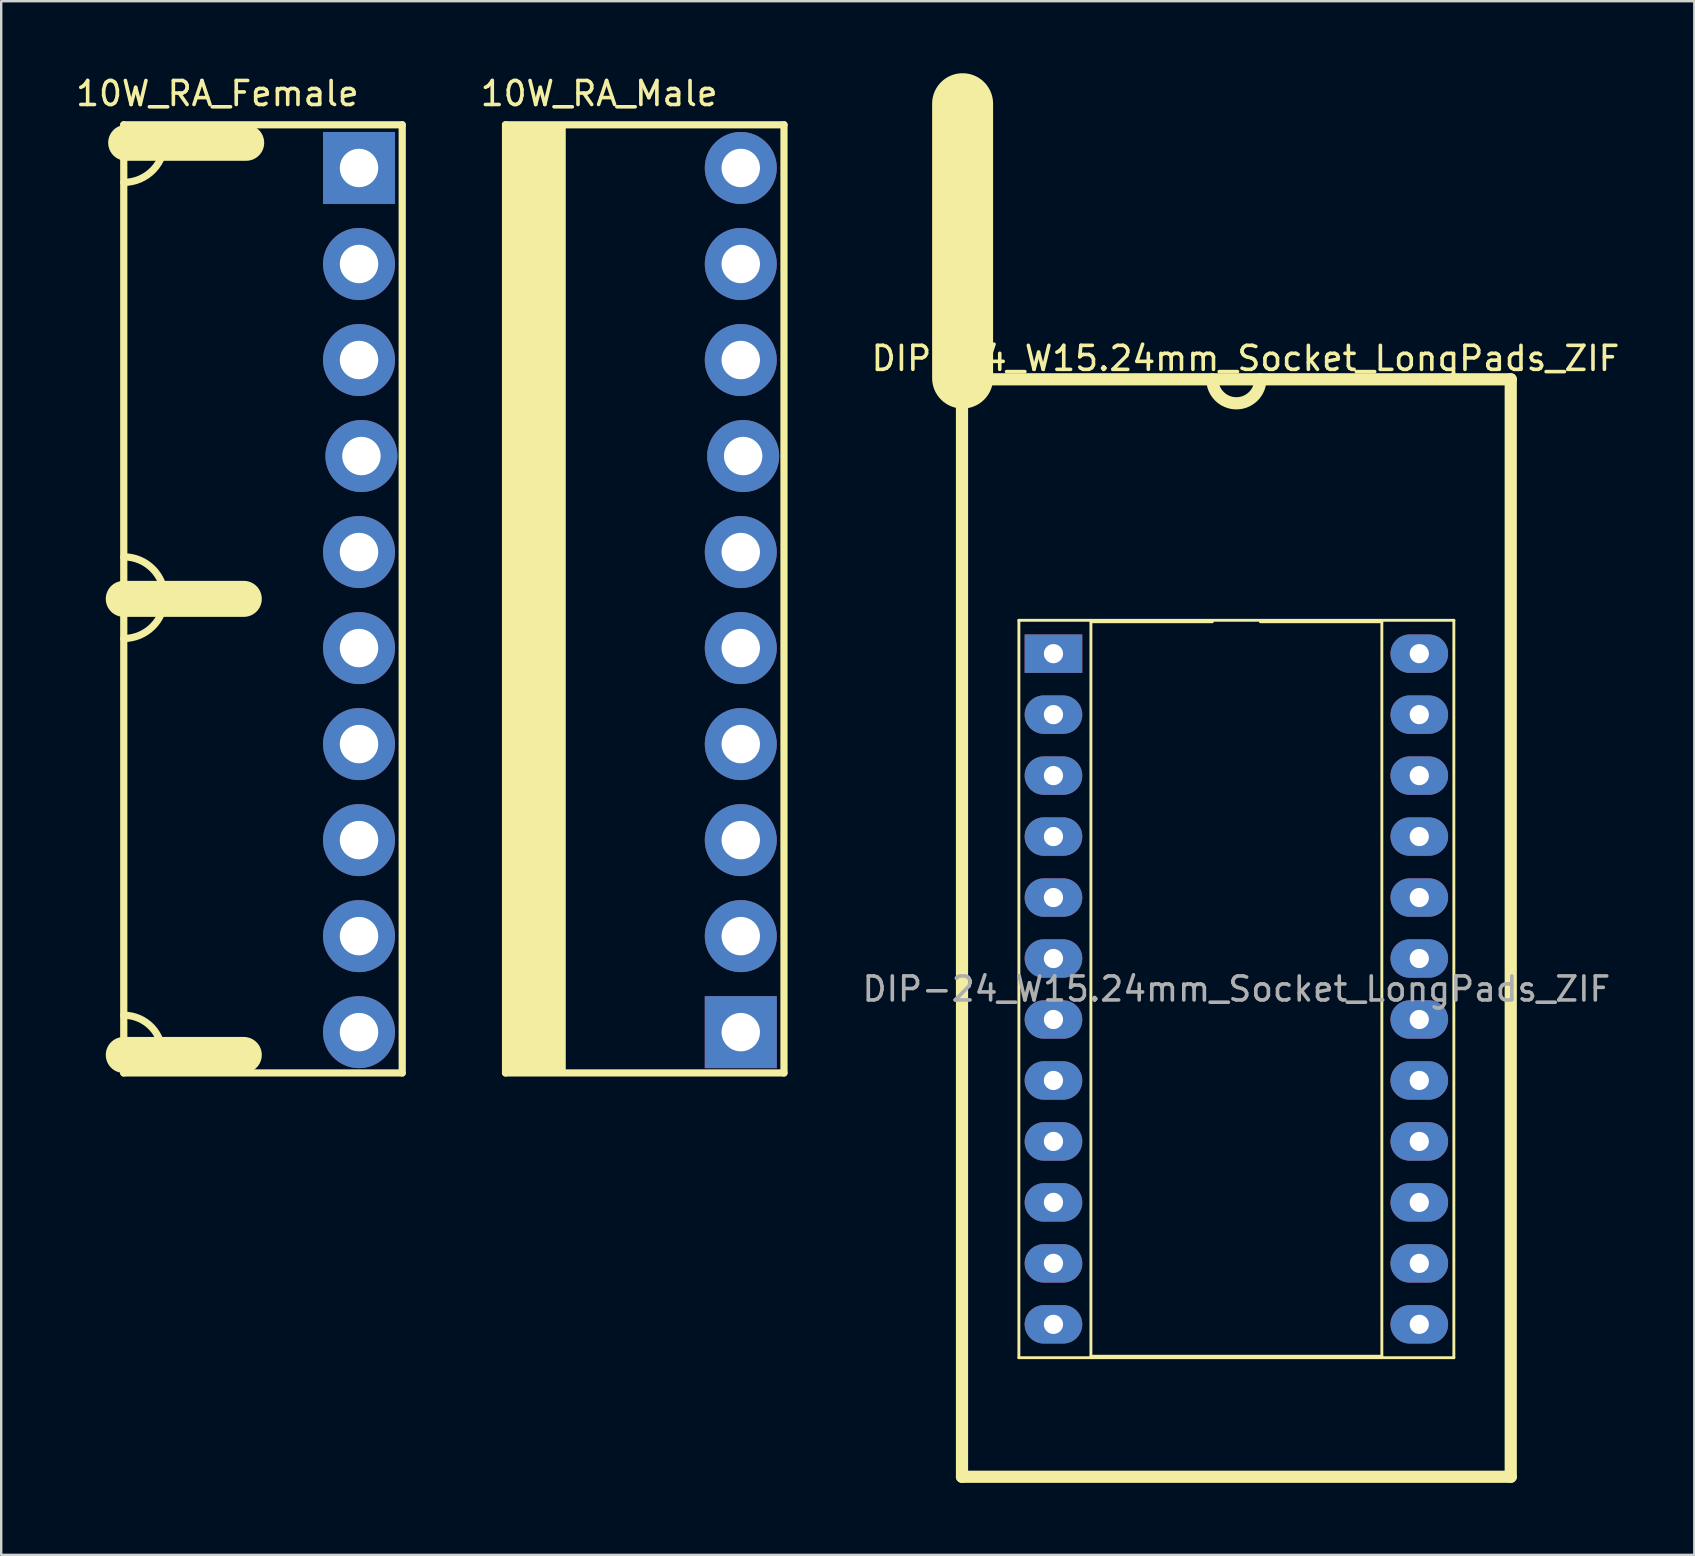
<source format=kicad_pcb>
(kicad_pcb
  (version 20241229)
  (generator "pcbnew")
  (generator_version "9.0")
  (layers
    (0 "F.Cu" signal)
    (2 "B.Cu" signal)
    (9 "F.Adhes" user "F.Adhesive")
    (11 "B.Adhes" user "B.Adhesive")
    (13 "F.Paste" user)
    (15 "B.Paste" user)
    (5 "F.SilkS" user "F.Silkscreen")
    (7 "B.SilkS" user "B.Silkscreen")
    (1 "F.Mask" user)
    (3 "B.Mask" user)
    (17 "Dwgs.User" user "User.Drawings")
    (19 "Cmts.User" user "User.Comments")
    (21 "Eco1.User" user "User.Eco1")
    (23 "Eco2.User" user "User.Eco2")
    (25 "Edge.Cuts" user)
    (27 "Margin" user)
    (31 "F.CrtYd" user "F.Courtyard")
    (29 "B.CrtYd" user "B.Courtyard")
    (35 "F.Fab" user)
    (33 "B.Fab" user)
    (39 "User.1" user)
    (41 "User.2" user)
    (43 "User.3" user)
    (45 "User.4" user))
  (footprint "10W_RA_Male"
    (layer "F.Cu")
    (at 27.81 3.948)
    (property "Reference" "10W_RA_Male" (at -5.9 -3.1 0) (layer "F.SilkS") (effects (font (size 1 1) (thickness 0.15))))
    (attr through_hole)
    (fp_line (start -9.8 -1.8) (end -9.8 37.7) (stroke (width 0.3) (type solid)) (layer "F.SilkS"))
    (fp_line (start -9.8 37.7) (end 1.8 37.7) (stroke (width 0.3) (type solid)) (layer "F.SilkS"))
    (fp_line (start 1.8 -1.8) (end -9.8 -1.8) (stroke (width 0.3) (type solid)) (layer "F.SilkS"))
    (fp_line (start 1.8 37.7) (end 1.8 -1.8) (stroke (width 0.3) (type solid)) (layer "F.SilkS"))
    (fp_poly (pts (xy -9.703 37.694) (xy -7.366 37.694) (xy -7.366 -1.727) (xy -9.855 -1.727) (xy -9.855 -1.651)) (stroke (width 0.15) (type solid)) (fill yes) (layer "F.SilkS"))
    (pad "1" thru_hole rect (at 0 36) (size 3 3) (drill 1.6) (layers "*.Cu" "*.Mask"))
    (pad "2" thru_hole circle (at 0 32) (size 3 3) (drill 1.6) (layers "*.Cu" "*.Mask"))
    (pad "3" thru_hole circle (at 0 28) (size 3 3) (drill 1.6) (layers "*.Cu" "*.Mask"))
    (pad "4" thru_hole circle (at 0 24) (size 3 3) (drill 1.6) (layers "*.Cu" "*.Mask"))
    (pad "5" thru_hole circle (at 0 20) (size 3 3) (drill 1.6) (layers "*.Cu" "*.Mask"))
    (pad "6" thru_hole circle (at 0 16) (size 3 3) (drill 1.6) (layers "*.Cu" "*.Mask"))
    (pad "7" thru_hole circle (at 0.1 12) (size 3 3) (drill 1.6) (layers "*.Cu" "*.Mask"))
    (pad "8" thru_hole circle (at 0 8) (size 3 3) (drill 1.6) (layers "*.Cu" "*.Mask"))
    (pad "9" thru_hole circle (at 0 4) (size 3 3) (drill 1.6) (layers "*.Cu" "*.Mask"))
    (pad "10" thru_hole circle (at 0 0) (size 3 3) (drill 1.6) (layers "*.Cu" "*.Mask")))
  (footprint "DIP-24_W15.24mm_Socket_LongPads_ZIF"
    (layer "F.Cu")
    (at 40.836 24.181)
    (property "Reference" "DIP-24_W15.24mm_Socket_LongPads_ZIF" (at 8 -12.3 0) (layer "F.SilkS") (effects (font (size 1 1) (thickness 0.15))))
    (attr through_hole)
    (fp_line (start -3.81 -11.43) (end -3.81 34.29) (stroke (width 0.508) (type solid)) (layer "F.SilkS"))
    (fp_line (start -3.81 -11.43) (end 19.05 -11.43) (stroke (width 0.508) (type solid)) (layer "F.SilkS"))
    (fp_line (start -3.81 34.29) (end 19.05 34.29) (stroke (width 0.508) (type solid)) (layer "F.SilkS"))
    (fp_line (start -3.785 -11.481) (end -3.785 -22.911) (stroke (width 2.54) (type solid)) (layer "F.SilkS"))
    (fp_line (start -1.44 -1.39) (end -1.44 29.33) (stroke (width 0.12) (type solid)) (layer "F.SilkS"))
    (fp_line (start -1.44 29.33) (end 16.68 29.33) (stroke (width 0.12) (type solid)) (layer "F.SilkS"))
    (fp_line (start 1.56 -1.33) (end 1.56 29.27) (stroke (width 0.12) (type solid)) (layer "F.SilkS"))
    (fp_line (start 1.56 29.27) (end 13.68 29.27) (stroke (width 0.12) (type solid)) (layer "F.SilkS"))
    (fp_line (start 6.62 -1.33) (end 1.56 -1.33) (stroke (width 0.12) (type solid)) (layer "F.SilkS"))
    (fp_line (start 13.68 -1.33) (end 8.62 -1.33) (stroke (width 0.12) (type solid)) (layer "F.SilkS"))
    (fp_line (start 13.68 29.27) (end 13.68 -1.33) (stroke (width 0.12) (type solid)) (layer "F.SilkS"))
    (fp_line (start 16.68 -1.39) (end -1.44 -1.39) (stroke (width 0.12) (type solid)) (layer "F.SilkS"))
    (fp_line (start 16.68 29.33) (end 16.68 -1.39) (stroke (width 0.12) (type solid)) (layer "F.SilkS"))
    (fp_line (start 19.05 -11.43) (end 19.05 34.29) (stroke (width 0.508) (type solid)) (layer "F.SilkS"))
    (fp_arc (start 8.62 -11.43) (mid 7.62 -10.43) (end 6.62 -11.43) (stroke (width 0.508) (type solid)) (layer "F.SilkS"))
    (fp_text user "${REFERENCE}" (at 7.62 13.97 0) (layer "F.Fab") (effects (font (size 1 1) (thickness 0.15))))
    (pad "1" thru_hole rect (at 0 0) (size 2.4 1.6) (drill 0.8) (layers "*.Cu" "*.Mask"))
    (pad "2" thru_hole oval (at 0 2.54) (size 2.4 1.6) (drill 0.8) (layers "*.Cu" "*.Mask"))
    (pad "3" thru_hole oval (at 0 5.08) (size 2.4 1.6) (drill 0.8) (layers "*.Cu" "*.Mask"))
    (pad "4" thru_hole oval (at 0 7.62) (size 2.4 1.6) (drill 0.8) (layers "*.Cu" "*.Mask"))
    (pad "5" thru_hole oval (at 0 10.16) (size 2.4 1.6) (drill 0.8) (layers "*.Cu" "*.Mask"))
    (pad "6" thru_hole oval (at 0 12.7) (size 2.4 1.6) (drill 0.8) (layers "*.Cu" "*.Mask"))
    (pad "7" thru_hole oval (at 0 15.24) (size 2.4 1.6) (drill 0.8) (layers "*.Cu" "*.Mask"))
    (pad "8" thru_hole oval (at 0 17.78) (size 2.4 1.6) (drill 0.8) (layers "*.Cu" "*.Mask"))
    (pad "9" thru_hole oval (at 0 20.32) (size 2.4 1.6) (drill 0.8) (layers "*.Cu" "*.Mask"))
    (pad "10" thru_hole oval (at 0 22.86) (size 2.4 1.6) (drill 0.8) (layers "*.Cu" "*.Mask"))
    (pad "11" thru_hole oval (at 0 25.4) (size 2.4 1.6) (drill 0.8) (layers "*.Cu" "*.Mask"))
    (pad "12" thru_hole oval (at 0 27.94) (size 2.4 1.6) (drill 0.8) (layers "*.Cu" "*.Mask"))
    (pad "13" thru_hole oval (at 15.24 27.94) (size 2.4 1.6) (drill 0.8) (layers "*.Cu" "*.Mask"))
    (pad "14" thru_hole oval (at 15.24 25.4) (size 2.4 1.6) (drill 0.8) (layers "*.Cu" "*.Mask"))
    (pad "15" thru_hole oval (at 15.24 22.86) (size 2.4 1.6) (drill 0.8) (layers "*.Cu" "*.Mask"))
    (pad "16" thru_hole oval (at 15.24 20.32) (size 2.4 1.6) (drill 0.8) (layers "*.Cu" "*.Mask"))
    (pad "17" thru_hole oval (at 15.24 17.78) (size 2.4 1.6) (drill 0.8) (layers "*.Cu" "*.Mask"))
    (pad "18" thru_hole oval (at 15.24 15.24) (size 2.4 1.6) (drill 0.8) (layers "*.Cu" "*.Mask"))
    (pad "19" thru_hole oval (at 15.24 12.7) (size 2.4 1.6) (drill 0.8) (layers "*.Cu" "*.Mask"))
    (pad "20" thru_hole oval (at 15.24 10.16) (size 2.4 1.6) (drill 0.8) (layers "*.Cu" "*.Mask"))
    (pad "21" thru_hole oval (at 15.24 7.62) (size 2.4 1.6) (drill 0.8) (layers "*.Cu" "*.Mask"))
    (pad "22" thru_hole oval (at 15.24 5.08) (size 2.4 1.6) (drill 0.8) (layers "*.Cu" "*.Mask"))
    (pad "23" thru_hole oval (at 15.24 2.54) (size 2.4 1.6) (drill 0.8) (layers "*.Cu" "*.Mask"))
    (pad "24" thru_hole oval (at 15.24 0) (size 2.4 1.6) (drill 0.8) (layers "*.Cu" "*.Mask")))
  (footprint "10W_RA_Female"
    (layer "F.Cu")
    (at 11.906 3.948)
    (property "Reference" "10W_RA_Female" (at -5.9 -3.1 0) (layer "F.SilkS") (effects (font (size 1 1) (thickness 0.15))))
    (attr through_hole)
    (fp_line (start -9.8 -1.8) (end -9.8 37.7) (stroke (width 0.3) (type solid)) (layer "F.SilkS"))
    (fp_line (start -9.8 17.95) (end -4.8 17.95) (stroke (width 1.5) (type solid)) (layer "F.SilkS"))
    (fp_line (start -9.8 36.95) (end -4.8 36.95) (stroke (width 1.5) (type solid)) (layer "F.SilkS"))
    (fp_line (start -9.8 37.7) (end 1.8 37.7) (stroke (width 0.3) (type solid)) (layer "F.SilkS"))
    (fp_line (start -9.7 -1.05) (end -4.7 -1.05) (stroke (width 1.5) (type solid)) (layer "F.SilkS"))
    (fp_line (start 1.8 -1.8) (end -9.8 -1.8) (stroke (width 0.3) (type solid)) (layer "F.SilkS"))
    (fp_line (start 1.8 37.7) (end 1.8 -1.8) (stroke (width 0.3) (type solid)) (layer "F.SilkS"))
    (fp_arc (start -9.800663 35.296879) (mid -8.631829 35.802105) (end -8.200001 36.999999) (stroke (width 0.3) (type solid)) (layer "F.SilkS"))
    (fp_arc (start -9.8 16.2) (mid -8.1 17.9) (end -9.8 19.6) (stroke (width 0.3) (type solid)) (layer "F.SilkS"))
    (fp_arc (start -8.102992 -1.200821) (mid -8.562786 0.065891) (end -9.8 0.6) (stroke (width 0.3) (type solid)) (layer "F.SilkS"))
    (pad "1" thru_hole rect (at 0 0) (size 3 3) (drill 1.6) (layers "*.Cu" "*.Mask"))
    (pad "2" thru_hole circle (at 0 4) (size 3 3) (drill 1.6) (layers "*.Cu" "*.Mask"))
    (pad "3" thru_hole circle (at 0 8) (size 3 3) (drill 1.6) (layers "*.Cu" "*.Mask"))
    (pad "4" thru_hole circle (at 0.1 12) (size 3 3) (drill 1.6) (layers "*.Cu" "*.Mask"))
    (pad "5" thru_hole circle (at 0 16) (size 3 3) (drill 1.6) (layers "*.Cu" "*.Mask"))
    (pad "6" thru_hole circle (at 0 20) (size 3 3) (drill 1.6) (layers "*.Cu" "*.Mask"))
    (pad "7" thru_hole circle (at 0 24) (size 3 3) (drill 1.6) (layers "*.Cu" "*.Mask"))
    (pad "8" thru_hole circle (at 0 28) (size 3 3) (drill 1.6) (layers "*.Cu" "*.Mask"))
    (pad "9" thru_hole circle (at 0 32) (size 3 3) (drill 1.6) (layers "*.Cu" "*.Mask"))
    (pad "10" thru_hole circle (at 0 36) (size 3 3) (drill 1.6) (layers "*.Cu" "*.Mask")))
  (gr_rect
    (start -3 -3)
    (end 67.532 61.725)
    (stroke (width 0.1) (type default))
    (fill no)
    (layer "Edge.Cuts")))
</source>
